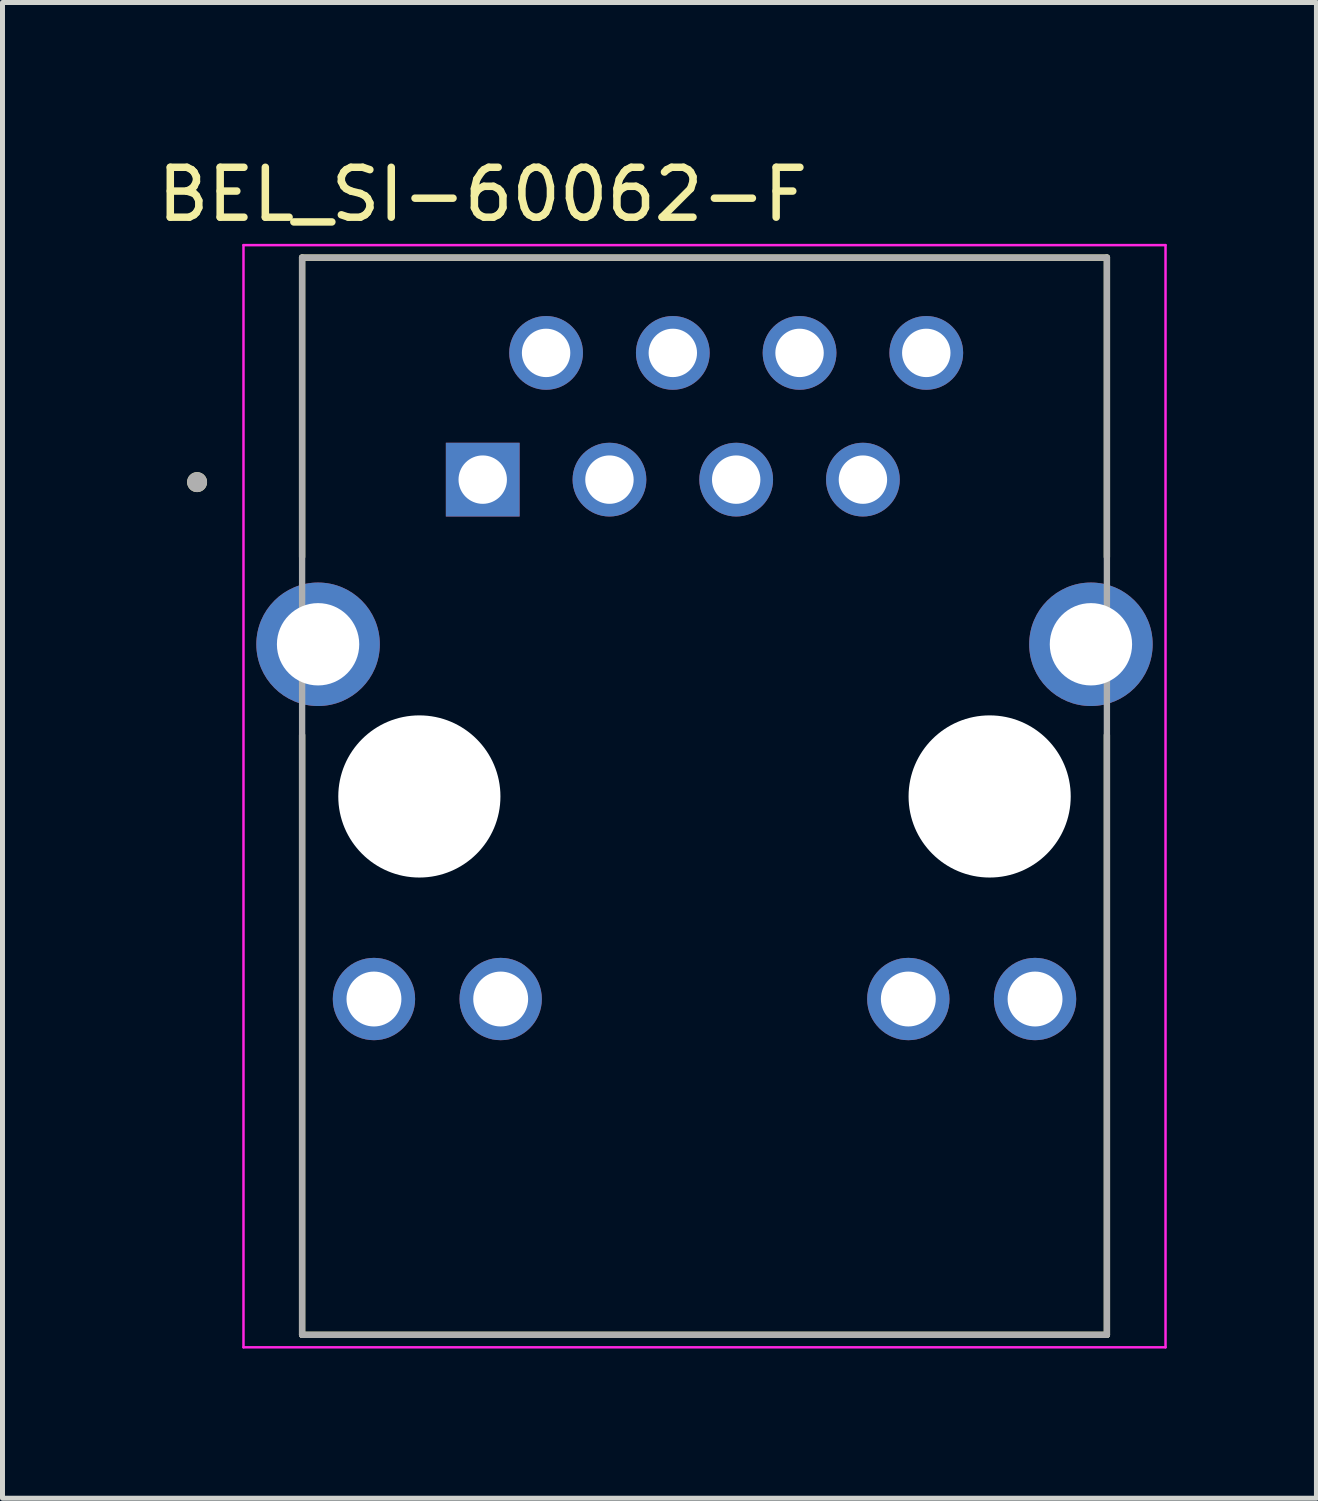
<source format=kicad_pcb>
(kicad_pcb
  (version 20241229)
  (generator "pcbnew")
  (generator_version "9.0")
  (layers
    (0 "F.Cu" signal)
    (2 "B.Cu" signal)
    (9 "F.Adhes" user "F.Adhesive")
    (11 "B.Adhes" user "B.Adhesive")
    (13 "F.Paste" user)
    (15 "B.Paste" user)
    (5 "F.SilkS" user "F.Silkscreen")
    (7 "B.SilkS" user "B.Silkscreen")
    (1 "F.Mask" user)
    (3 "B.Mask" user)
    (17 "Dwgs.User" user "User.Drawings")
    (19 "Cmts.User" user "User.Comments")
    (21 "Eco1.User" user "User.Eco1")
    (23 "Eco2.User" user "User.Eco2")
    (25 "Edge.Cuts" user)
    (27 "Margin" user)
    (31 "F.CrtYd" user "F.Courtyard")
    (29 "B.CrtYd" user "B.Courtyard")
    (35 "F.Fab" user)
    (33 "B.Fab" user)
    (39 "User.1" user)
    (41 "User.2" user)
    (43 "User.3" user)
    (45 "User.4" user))
  (footprint "BEL_SI-60062-F"
    (layer "F.Cu")
    (at 11.07 12.913)
    (property "Reference" "BEL_SI-60062-F" (at -4.445 -12.065 0) (layer "F.SilkS") (effects (font (size 1 1) (thickness 0.15))))
    (attr through_hole)
    (fp_line (start -8.065 -10.8) (end 8.065 -10.8) (stroke (width 0.127) (type solid)) (layer "F.SilkS"))
    (fp_line (start -8.065 -4.8) (end -8.065 -10.8) (stroke (width 0.127) (type solid)) (layer "F.SilkS"))
    (fp_line (start -8.065 10.79) (end -8.065 -1.23) (stroke (width 0.127) (type solid)) (layer "F.SilkS"))
    (fp_line (start 8.065 -10.8) (end 8.065 -4.8) (stroke (width 0.127) (type solid)) (layer "F.SilkS"))
    (fp_line (start 8.065 -1.23) (end 8.065 10.79) (stroke (width 0.127) (type solid)) (layer "F.SilkS"))
    (fp_line (start 8.065 10.79) (end -8.065 10.79) (stroke (width 0.127) (type solid)) (layer "F.SilkS"))
    (fp_circle (center -10.17 -6.3) (end -10.07 -6.3) (stroke (width 0.2) (type solid)) (fill no) (layer "F.SilkS"))
    (fp_line (start -9.24 -11.05) (end 9.24 -11.05) (stroke (width 0.05) (type solid)) (layer "F.CrtYd"))
    (fp_line (start -9.24 11.04) (end -9.24 -11.05) (stroke (width 0.05) (type solid)) (layer "F.CrtYd"))
    (fp_line (start 9.24 -11.05) (end 9.24 11.04) (stroke (width 0.05) (type solid)) (layer "F.CrtYd"))
    (fp_line (start 9.24 11.04) (end -9.24 11.04) (stroke (width 0.05) (type solid)) (layer "F.CrtYd"))
    (fp_line (start -8.065 -10.8) (end 8.065 -10.8) (stroke (width 0.127) (type solid)) (layer "F.Fab"))
    (fp_line (start -8.065 10.79) (end -8.065 -10.8) (stroke (width 0.127) (type solid)) (layer "F.Fab"))
    (fp_line (start 8.065 -10.8) (end 8.065 10.79) (stroke (width 0.127) (type solid)) (layer "F.Fab"))
    (fp_line (start 8.065 10.79) (end -8.065 10.79) (stroke (width 0.127) (type solid)) (layer "F.Fab"))
    (fp_circle (center -10.17 -6.3) (end -10.07 -6.3) (stroke (width 0.2) (type solid)) (fill no) (layer "F.Fab"))
    (pad "" np_thru_hole circle (at -5.715 0) (size 3.25 3.25) (drill 3.25) (layers "*.Cu" "*.Mask"))
    (pad "" np_thru_hole circle (at 5.715 0) (size 3.25 3.25) (drill 3.25) (layers "*.Cu" "*.Mask"))
    (pad "1" thru_hole rect (at -4.445 -6.35) (size 1.478 1.478) (drill 0.97) (layers "*.Cu" "*.Mask"))
    (pad "2" thru_hole circle (at -3.175 -8.89) (size 1.478 1.478) (drill 0.97) (layers "*.Cu" "*.Mask"))
    (pad "3" thru_hole circle (at -1.905 -6.35) (size 1.478 1.478) (drill 0.97) (layers "*.Cu" "*.Mask"))
    (pad "4" thru_hole circle (at -0.635 -8.89) (size 1.478 1.478) (drill 0.97) (layers "*.Cu" "*.Mask"))
    (pad "5" thru_hole circle (at 0.635 -6.35) (size 1.478 1.478) (drill 0.97) (layers "*.Cu" "*.Mask"))
    (pad "6" thru_hole circle (at 1.905 -8.89) (size 1.478 1.478) (drill 0.97) (layers "*.Cu" "*.Mask"))
    (pad "7" thru_hole circle (at 3.175 -6.35) (size 1.478 1.478) (drill 0.97) (layers "*.Cu" "*.Mask"))
    (pad "8" thru_hole circle (at 4.445 -8.89) (size 1.478 1.478) (drill 0.97) (layers "*.Cu" "*.Mask"))
    (pad "9" thru_hole circle (at -6.625 4.06) (size 1.65 1.65) (drill 1.1) (layers "*.Cu" "*.Mask"))
    (pad "10" thru_hole circle (at -4.085 4.06) (size 1.65 1.65) (drill 1.1) (layers "*.Cu" "*.Mask"))
    (pad "11" thru_hole circle (at 4.085 4.06) (size 1.65 1.65) (drill 1.1) (layers "*.Cu" "*.Mask"))
    (pad "12" thru_hole circle (at 6.625 4.06) (size 1.65 1.65) (drill 1.1) (layers "*.Cu" "*.Mask"))
    (pad "S1" thru_hole circle (at -7.745 -3.05) (size 2.475 2.475) (drill 1.65) (layers "*.Cu" "*.Mask"))
    (pad "S2" thru_hole circle (at 7.745 -3.05) (size 2.475 2.475) (drill 1.65) (layers "*.Cu" "*.Mask")))
  (gr_rect
    (start -3 -3)
    (end 23.335 26.978)
    (stroke (width 0.1) (type default))
    (fill no)
    (layer "Edge.Cuts")))
</source>
